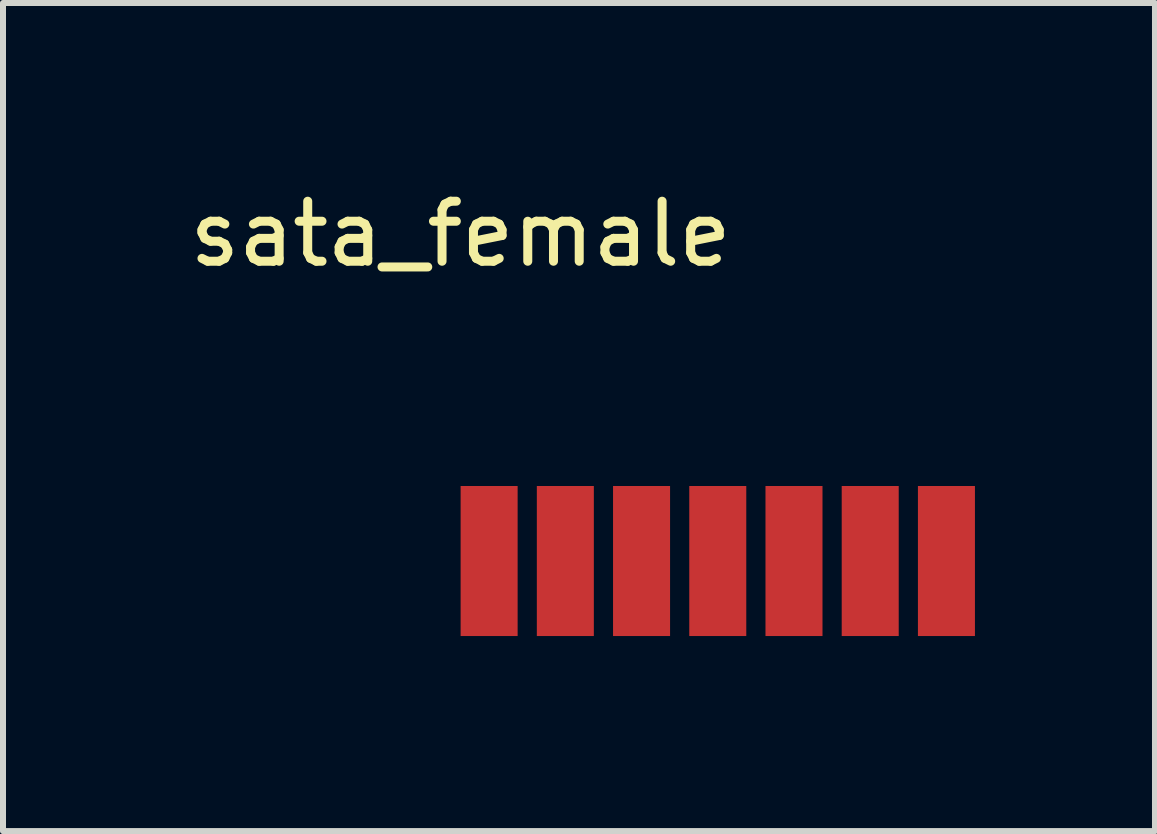
<source format=kicad_pcb>
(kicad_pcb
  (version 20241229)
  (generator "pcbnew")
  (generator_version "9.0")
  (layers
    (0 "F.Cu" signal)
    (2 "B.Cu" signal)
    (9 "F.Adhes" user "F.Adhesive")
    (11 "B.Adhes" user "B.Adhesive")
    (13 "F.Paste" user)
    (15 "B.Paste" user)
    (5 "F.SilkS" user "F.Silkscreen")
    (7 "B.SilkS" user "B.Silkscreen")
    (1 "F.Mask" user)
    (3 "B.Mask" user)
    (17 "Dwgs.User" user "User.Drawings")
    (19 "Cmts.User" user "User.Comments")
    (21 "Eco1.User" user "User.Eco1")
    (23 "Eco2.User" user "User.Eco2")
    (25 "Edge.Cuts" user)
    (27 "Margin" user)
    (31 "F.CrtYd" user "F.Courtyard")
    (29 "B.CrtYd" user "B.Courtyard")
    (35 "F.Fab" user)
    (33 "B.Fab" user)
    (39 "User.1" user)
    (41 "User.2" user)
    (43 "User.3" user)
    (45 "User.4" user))
  (footprint "sata_female"
    (layer "F.Cu")
    (at 4.625 7.548)
    (property "Reference" "sata_female" (at 0 -6.7 0) (unlocked yes) (layer "F.SilkS") (effects (font (size 1 1) (thickness 0.15))))
    (attr smd)
    (pad "D1" smd rect (at 0.475 -1.25) (size 0.95 2.5) (layers "F.Cu" "F.Mask" "F.Paste"))
    (pad "D2" smd rect (at 1.745 -1.25) (size 0.95 2.5) (layers "F.Cu" "F.Mask" "F.Paste"))
    (pad "D3" smd rect (at 3.015 -1.25) (size 0.95 2.5) (layers "F.Cu" "F.Mask" "F.Paste"))
    (pad "D4" smd rect (at 4.285 -1.25) (size 0.95 2.5) (layers "F.Cu" "F.Mask" "F.Paste"))
    (pad "D5" smd rect (at 5.555 -1.25) (size 0.95 2.5) (layers "F.Cu" "F.Mask" "F.Paste"))
    (pad "D6" smd rect (at 6.825 -1.25) (size 0.95 2.5) (layers "F.Cu" "F.Mask" "F.Paste"))
    (pad "D7" smd rect (at 8.095 -1.25) (size 0.95 2.5) (layers "F.Cu" "F.Mask" "F.Paste")))
  (gr_rect
    (start -3 -3)
    (end 16.195 10.798)
    (stroke (width 0.1) (type default))
    (fill no)
    (layer "Edge.Cuts")))
</source>
